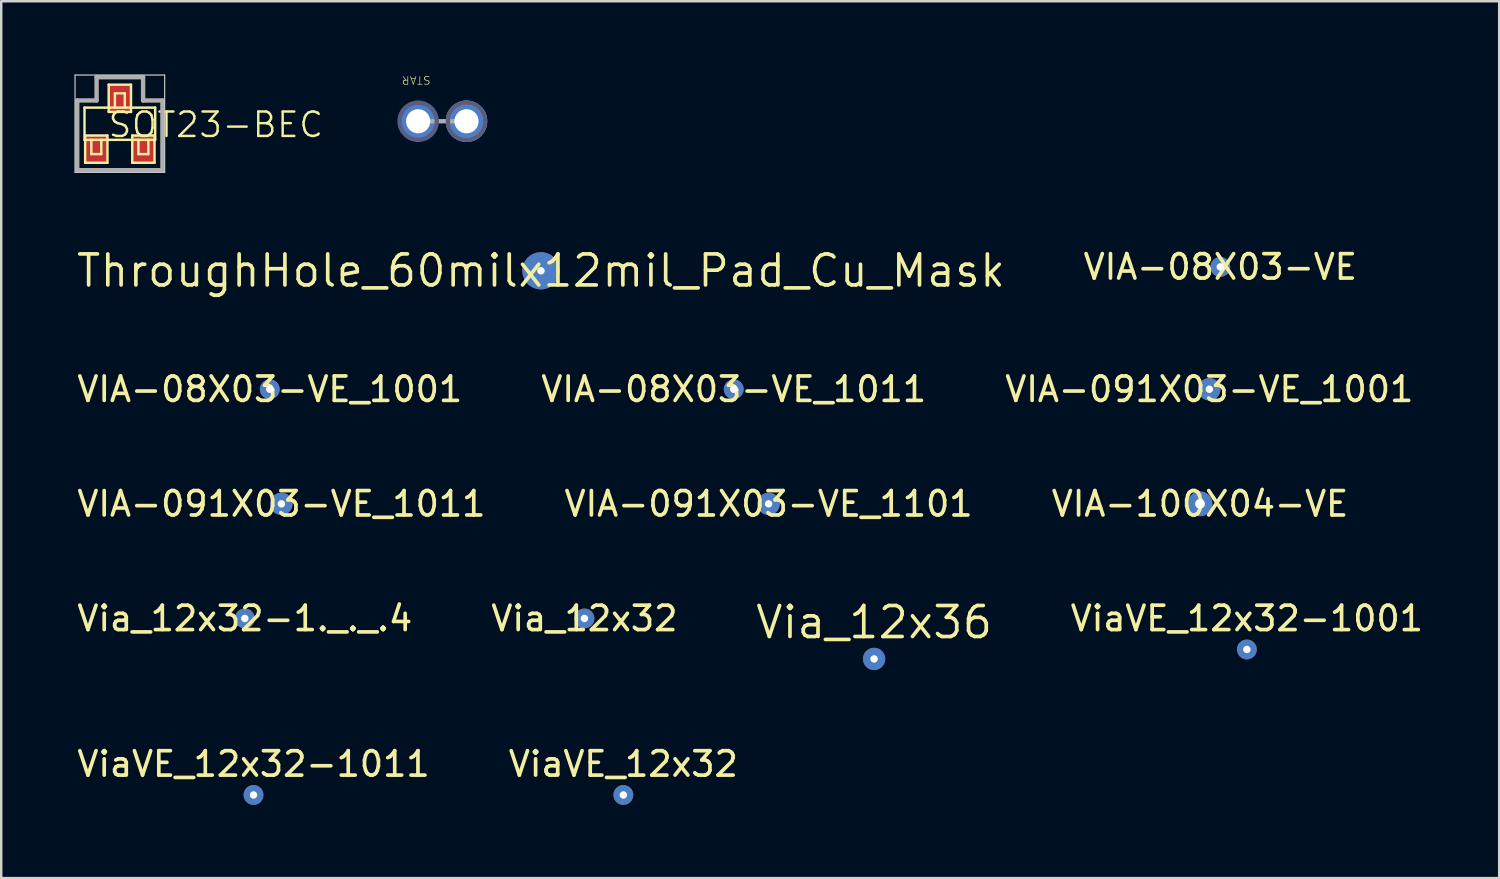
<source format=kicad_pcb>
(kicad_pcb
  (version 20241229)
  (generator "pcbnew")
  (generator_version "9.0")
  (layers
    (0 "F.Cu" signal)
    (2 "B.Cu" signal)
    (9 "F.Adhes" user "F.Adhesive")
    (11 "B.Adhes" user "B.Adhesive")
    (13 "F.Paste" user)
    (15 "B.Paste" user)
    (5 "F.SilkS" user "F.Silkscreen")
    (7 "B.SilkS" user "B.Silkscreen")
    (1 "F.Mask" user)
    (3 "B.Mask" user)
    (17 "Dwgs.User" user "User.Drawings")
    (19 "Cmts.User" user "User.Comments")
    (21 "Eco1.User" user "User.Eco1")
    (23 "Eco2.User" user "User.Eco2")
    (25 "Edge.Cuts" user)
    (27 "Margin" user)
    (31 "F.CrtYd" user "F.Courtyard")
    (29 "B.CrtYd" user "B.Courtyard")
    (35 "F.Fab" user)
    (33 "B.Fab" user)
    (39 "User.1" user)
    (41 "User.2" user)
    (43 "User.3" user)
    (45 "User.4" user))
  (footprint "Via_12x32-1._._.4"
    (layer "F.Cu")
    (at 6.982 22.294)
    (property "Reference" "Via_12x32-1._._.4" (at 0 0 0) (layer "F.SilkS") (effects (font (size 1 1) (thickness 0.15))))
    (attr exclude_from_pos_files exclude_from_bom)
    (pad "~" thru_hole circle (at 0 0) (size 0.813 0.813) (drill 0.305) (layers "*.Cu" "*.Mask")))
  (footprint "VIA-08X03-VE_1001"
    (layer "F.Cu")
    (at 8.006 12.901)
    (property "Reference" "VIA-08X03-VE_1001" (at 0 0 0) (layer "F.SilkS") (effects (font (size 1 1) (thickness 0.15))))
    (attr through_hole)
    (pad "~" thru_hole circle (at 0 0) (size 0.813 0.813) (drill 0.305) (layers "*.Cu" "*.Mask")))
  (footprint "ViaVE_12x32"
    (layer "F.Cu")
    (at 22.494 29.527)
    (property "Reference" "ViaVE_12x32" (at 0 -1.27 0) (layer "F.SilkS") (effects (font (size 1 1) (thickness 0.15))))
    (attr through_hole)
    (pad "~" thru_hole circle (at 0 0) (size 0.813 0.813) (drill 0.305) (layers "*.Cu" "*.Mask")))
  (footprint "STAR"
    (layer "F.Cu")
    (at 15.076 1.919)
    (property "Reference" "STAR" (at -1.073 -1.689 180) (unlocked yes) (layer "F.SilkS") (effects (font (size 0.317 0.333) (thickness 0.025))))
    (attr smd)
    (fp_arc (start -1.7526 0) (mid -0.2286 0) (end -1.7526 0) (stroke (width 0.1778) (type solid)) (layer "B.Fab"))
    (fp_arc (start 0.2286 0) (mid 1.7526 0) (end 0.2286 0) (stroke (width 0.1778) (type solid)) (layer "B.Fab"))
    (fp_line (start 1.346 0) (end -1.346 0) (stroke (width 0.178) (type solid)) (layer "F.Fab"))
    (fp_arc (start 0.2286 0) (mid 1.7526 0) (end 0.2286 0) (stroke (width 0.1778) (type solid)) (layer "F.Fab"))
    (pad "1" thru_hole circle (at 0.991 0) (size 1.575 1.575) (drill 0.991) (layers "*.Cu" "*.Mask"))
    (pad "2" thru_hole circle (at -0.991 0) (size 1.575 1.575) (drill 0.991) (layers "*.Cu" "*.Mask")))
  (footprint "ViaVE_12x32-1011"
    (layer "F.Cu")
    (at 7.339 29.527)
    (property "Reference" "ViaVE_12x32-1011" (at 0 -1.27 0) (layer "F.SilkS") (effects (font (size 1 1) (thickness 0.15))))
    (attr through_hole)
    (pad "~" thru_hole circle (at 0 0) (size 0.813 0.813) (drill 0.305) (layers "*.Cu" "*.Mask")))
  (footprint "VIA-091X03-VE_1001"
    (layer "F.Cu")
    (at 46.506 12.901)
    (property "Reference" "VIA-091X03-VE_1001" (at 0 0 0) (layer "F.SilkS") (effects (font (size 1 1) (thickness 0.15))))
    (attr through_hole)
    (pad "~" thru_hole circle (at 0 0) (size 0.914 0.914) (drill 0.305) (layers "*.Cu" "*.Mask")))
  (footprint "ViaVE_12x32-1001"
    (layer "F.Cu")
    (at 48.045 23.564)
    (property "Reference" "ViaVE_12x32-1001" (at 0 -1.27 0) (layer "F.SilkS") (effects (font (size 1 1) (thickness 0.15))))
    (attr through_hole)
    (pad "~" thru_hole circle (at 0 0) (size 0.813 0.813) (drill 0.305) (layers "*.Cu" "*.Mask")))
  (footprint "VIA-08X03-VE"
    (layer "F.Cu")
    (at 46.956 7.888)
    (property "Reference" "VIA-08X03-VE" (at 0 0 0) (layer "F.SilkS") (effects (font (size 1 1) (thickness 0.15))))
    (attr through_hole)
    (pad "~" thru_hole circle (at 0 0) (size 0.813 0.813) (drill 0.305) (layers "*.Cu" "*.Mask")))
  (footprint "VIA-08X03-VE_1011"
    (layer "F.Cu")
    (at 27.018 12.901)
    (property "Reference" "VIA-08X03-VE_1011" (at 0 0 0) (layer "F.SilkS") (effects (font (size 1 1) (thickness 0.15))))
    (attr through_hole)
    (pad "~" thru_hole circle (at 0 0) (size 0.813 0.813) (drill 0.305) (layers "*.Cu" "*.Mask")))
  (footprint "ThroughHole_60milx12mil_Pad_Cu_Mask"
    (layer "F.Cu")
    (at 19.118 8.046)
    (property "Reference" "ThroughHole_60milx12mil_Pad_Cu_Mask" (at 0 0 0) (layer "F.SilkS") (effects (font (size 1.27 1.27) (thickness 0.15))))
    (attr through_hole)
    (pad "" thru_hole circle (at 0 0) (size 1.524 1.524) (drill 0.305) (layers "*.Cu" "*.Mask")))
  (footprint "VIA-091X03-VE_1011"
    (layer "F.Cu")
    (at 8.482 17.597)
    (property "Reference" "VIA-091X03-VE_1011" (at 0 0 0) (layer "F.SilkS") (effects (font (size 1 1) (thickness 0.15))))
    (attr through_hole)
    (pad "~" thru_hole circle (at 0 0) (size 0.914 0.914) (drill 0.305) (layers "*.Cu" "*.Mask")))
  (footprint "SOT23-BEC"
    (placed yes)
    (layer "F.Cu")
    (at 1.861 2.02)
    (property "Reference" "SOT23-BEC" (at -0.536 0.627 0) (layer "F.SilkS") (effects (font (size 1 1) (thickness 0.1)) (justify left bottom)))
    (attr through_hole)
    (fp_line (start -1.448 -0.66) (end -1.448 0.66) (stroke (width 0.1) (type solid)) (layer "F.SilkS"))
    (fp_line (start -1.448 0.66) (end 1.448 0.66) (stroke (width 0.1) (type solid)) (layer "F.SilkS"))
    (fp_line (start -1.422 0.483) (end -0.508 0.483) (stroke (width 0.1) (type solid)) (layer "F.SilkS"))
    (fp_line (start -1.422 1.6) (end -1.422 0.483) (stroke (width 0.1) (type solid)) (layer "F.SilkS"))
    (fp_line (start -1.168 1.245) (end -1.168 0.66) (stroke (width 0.1) (type solid)) (layer "F.SilkS"))
    (fp_line (start -0.762 0.66) (end -0.762 1.245) (stroke (width 0.1) (type solid)) (layer "F.SilkS"))
    (fp_line (start -0.762 1.245) (end -1.168 1.245) (stroke (width 0.1) (type solid)) (layer "F.SilkS"))
    (fp_line (start -0.508 0.483) (end -0.508 1.6) (stroke (width 0.1) (type solid)) (layer "F.SilkS"))
    (fp_line (start -0.508 1.6) (end -1.422 1.6) (stroke (width 0.1) (type solid)) (layer "F.SilkS"))
    (fp_line (start -0.457 -1.6) (end 0.457 -1.6) (stroke (width 0.1) (type solid)) (layer "F.SilkS"))
    (fp_line (start -0.457 -0.483) (end -0.457 -1.6) (stroke (width 0.1) (type solid)) (layer "F.SilkS"))
    (fp_line (start -0.203 -1.245) (end 0.203 -1.245) (stroke (width 0.1) (type solid)) (layer "F.SilkS"))
    (fp_line (start -0.203 -0.66) (end -0.203 -1.245) (stroke (width 0.1) (type solid)) (layer "F.SilkS"))
    (fp_line (start 0.203 -1.245) (end 0.203 -0.66) (stroke (width 0.1) (type solid)) (layer "F.SilkS"))
    (fp_line (start 0.457 -1.6) (end 0.457 -0.483) (stroke (width 0.1) (type solid)) (layer "F.SilkS"))
    (fp_line (start 0.457 -0.483) (end -0.457 -0.483) (stroke (width 0.1) (type solid)) (layer "F.SilkS"))
    (fp_line (start 0.508 0.483) (end 1.422 0.483) (stroke (width 0.1) (type solid)) (layer "F.SilkS"))
    (fp_line (start 0.508 1.6) (end 0.508 0.483) (stroke (width 0.1) (type solid)) (layer "F.SilkS"))
    (fp_line (start 0.762 1.245) (end 0.762 0.66) (stroke (width 0.1) (type solid)) (layer "F.SilkS"))
    (fp_line (start 1.168 0.66) (end 1.168 1.245) (stroke (width 0.1) (type solid)) (layer "F.SilkS"))
    (fp_line (start 1.168 1.245) (end 0.762 1.245) (stroke (width 0.1) (type solid)) (layer "F.SilkS"))
    (fp_line (start 1.422 0.483) (end 1.422 1.6) (stroke (width 0.1) (type solid)) (layer "F.SilkS"))
    (fp_line (start 1.422 1.6) (end 0.508 1.6) (stroke (width 0.1) (type solid)) (layer "F.SilkS"))
    (fp_line (start 1.448 -0.66) (end -1.448 -0.66) (stroke (width 0.1) (type solid)) (layer "F.SilkS"))
    (fp_line (start 1.448 0.66) (end 1.448 -0.66) (stroke (width 0.1) (type solid)) (layer "F.SilkS"))
    (fp_line (start -1.836 -1.995) (end 1.836 -1.995) (stroke (width 0.05) (type solid)) (layer "Dwgs.User"))
    (fp_line (start -1.836 1.995) (end -1.836 -1.995) (stroke (width 0.05) (type solid)) (layer "Dwgs.User"))
    (fp_line (start 1.836 -1.995) (end 1.836 1.995) (stroke (width 0.05) (type solid)) (layer "Dwgs.User"))
    (fp_line (start 1.836 1.995) (end -1.836 1.995) (stroke (width 0.05) (type solid)) (layer "Dwgs.User"))
    (fp_line (start -1.746 -0.953) (end -1.746 1.905) (stroke (width 0.18) (type solid)) (layer "F.Fab"))
    (fp_line (start -1.746 1.905) (end 1.746 1.905) (stroke (width 0.18) (type solid)) (layer "F.Fab"))
    (fp_line (start -0.953 -1.905) (end -0.953 -0.953) (stroke (width 0.18) (type solid)) (layer "F.Fab"))
    (fp_line (start -0.953 -0.953) (end -1.746 -0.953) (stroke (width 0.18) (type solid)) (layer "F.Fab"))
    (fp_line (start 0.953 -1.905) (end -0.953 -1.905) (stroke (width 0.18) (type solid)) (layer "F.Fab"))
    (fp_line (start 0.953 -0.953) (end 0.953 -1.905) (stroke (width 0.18) (type solid)) (layer "F.Fab"))
    (fp_line (start 1.746 -0.953) (end 0.953 -0.953) (stroke (width 0.18) (type solid)) (layer "F.Fab"))
    (fp_line (start 1.746 1.905) (end 1.746 -0.953) (stroke (width 0.18) (type solid)) (layer "F.Fab"))
    (fp_poly (pts (xy -1.746 1.905) (xy -1.746 -0.953) (xy -0.953 -0.953) (xy -0.953 -1.905) (xy 0.953 -1.905) (xy 0.953 -0.953) (xy 1.746 -0.953) (xy 1.746 1.905) (xy -1.746 1.905)) (stroke (width 0.02) (type solid)) (fill no) (layer "F.Fab"))
    (pad "B" smd rect (at -0.965 1.041) (size 0.914 1.118) (layers "F.Cu" "F.Mask" "F.Paste"))
    (pad "C" smd rect (at 0 -1.041) (size 0.914 1.118) (layers "F.Cu" "F.Mask" "F.Paste"))
    (pad "E" smd rect (at 0.965 1.041) (size 0.914 1.118) (layers "F.Cu" "F.Mask" "F.Paste")))
  (footprint "VIA-091X03-VE_1101"
    (layer "F.Cu")
    (at 28.446 17.597)
    (property "Reference" "VIA-091X03-VE_1101" (at 0 0 0) (layer "F.SilkS") (effects (font (size 1 1) (thickness 0.15))))
    (attr through_hole)
    (pad "~" thru_hole circle (at 0 0) (size 0.914 0.914) (drill 0.305) (layers "*.Cu" "*.Mask")))
  (footprint "Via_12x32"
    (layer "F.Cu")
    (at 20.899 22.294)
    (property "Reference" "Via_12x32" (at 0 0 0) (layer "F.SilkS") (effects (font (size 1 1) (thickness 0.15))))
    (attr exclude_from_pos_files exclude_from_bom)
    (pad "~" thru_hole circle (at 0 0) (size 0.813 0.813) (drill 0.305) (layers "*.Cu" "*.Mask")))
  (footprint "VIA-100X04-VE"
    (layer "F.Cu")
    (at 46.125 17.597)
    (property "Reference" "VIA-100X04-VE" (at 0 0 0) (layer "F.SilkS") (effects (font (size 1 1) (thickness 0.15))))
    (attr through_hole)
    (pad "~" thru_hole circle (at 0 0) (size 1.016 1.016) (drill 0.4) (layers "*.Cu" "*.Mask")))
  (footprint "Via_12x36"
    (layer "F.Cu")
    (at 32.769 23.952)
    (property "Reference" "Via_12x36" (at 0 -1.5 0) (layer "F.SilkS") (effects (font (size 1.27 1.27) (thickness 0.15))))
    (attr through_hole)
    (pad "" thru_hole circle (at 0 0) (size 0.914 0.914) (drill 0.305) (layers "*.Cu" "*.Mask")))
  (gr_rect
    (start -3 -3)
    (end 58.384 32.933)
    (stroke (width 0.1) (type default))
    (fill no)
    (layer "Edge.Cuts")))
</source>
